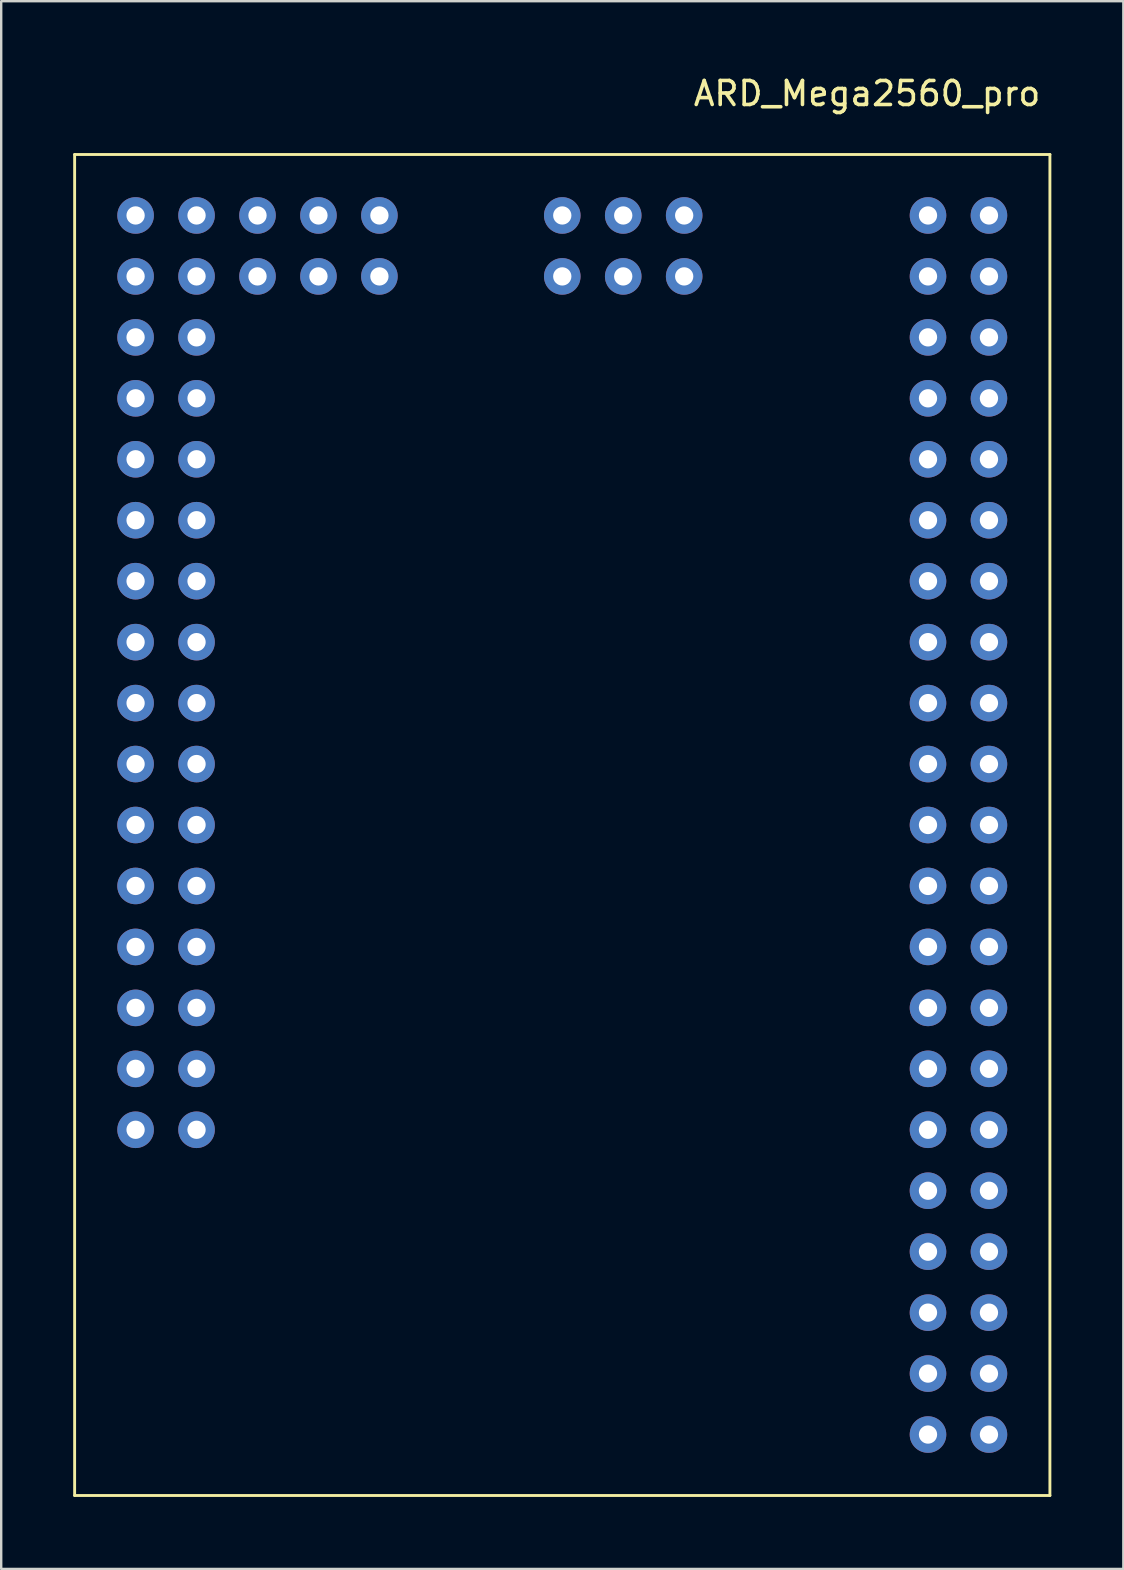
<source format=kicad_pcb>
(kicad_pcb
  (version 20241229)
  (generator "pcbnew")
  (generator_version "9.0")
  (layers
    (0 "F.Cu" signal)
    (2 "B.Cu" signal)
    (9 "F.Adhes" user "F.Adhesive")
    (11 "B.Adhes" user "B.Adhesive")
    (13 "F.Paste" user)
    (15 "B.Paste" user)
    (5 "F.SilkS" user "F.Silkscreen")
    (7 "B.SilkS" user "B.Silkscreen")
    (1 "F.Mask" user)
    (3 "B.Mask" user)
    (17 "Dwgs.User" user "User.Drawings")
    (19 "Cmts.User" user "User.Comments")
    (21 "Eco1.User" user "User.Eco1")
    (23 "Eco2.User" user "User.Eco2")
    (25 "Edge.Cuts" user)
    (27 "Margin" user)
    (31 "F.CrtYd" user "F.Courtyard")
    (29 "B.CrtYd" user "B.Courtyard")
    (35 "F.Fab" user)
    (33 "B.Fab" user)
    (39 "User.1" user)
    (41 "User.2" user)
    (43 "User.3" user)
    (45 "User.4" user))
  (footprint "ARD_Mega2560_pro"
    (layer "F.Cu")
    (at 20.38 31.328)
    (property "Reference" "ARD_Mega2560_pro" (at 12.7 -30.48 0) (layer "F.SilkS") (effects (font (size 1 1) (thickness 0.15))))
    (attr through_hole)
    (fp_line (start -20.32 -27.94) (end 20.32 -27.94) (stroke (width 0.12) (type solid)) (layer "F.SilkS"))
    (fp_line (start -20.32 27.94) (end -20.32 -27.94) (stroke (width 0.12) (type solid)) (layer "F.SilkS"))
    (fp_line (start 20.32 -27.94) (end 20.32 27.94) (stroke (width 0.12) (type solid)) (layer "F.SilkS"))
    (fp_line (start 20.32 27.94) (end -20.32 27.94) (stroke (width 0.12) (type solid)) (layer "F.SilkS"))
    (pad "1" thru_hole circle (at 15.24 25.4) (size 1.524 1.524) (drill 0.762) (layers "*.Cu" "*.Mask"))
    (pad "2" thru_hole circle (at 17.78 25.4) (size 1.524 1.524) (drill 0.762) (layers "*.Cu" "*.Mask"))
    (pad "3" thru_hole circle (at 15.24 22.86) (size 1.524 1.524) (drill 0.762) (layers "*.Cu" "*.Mask"))
    (pad "4" thru_hole circle (at 17.78 22.86) (size 1.524 1.524) (drill 0.762) (layers "*.Cu" "*.Mask"))
    (pad "5" thru_hole circle (at 15.24 20.32) (size 1.524 1.524) (drill 0.762) (layers "*.Cu" "*.Mask"))
    (pad "6" thru_hole circle (at 17.78 20.32) (size 1.524 1.524) (drill 0.762) (layers "*.Cu" "*.Mask"))
    (pad "7" thru_hole circle (at 15.24 17.78) (size 1.524 1.524) (drill 0.762) (layers "*.Cu" "*.Mask"))
    (pad "8" thru_hole circle (at 17.78 17.78) (size 1.524 1.524) (drill 0.762) (layers "*.Cu" "*.Mask"))
    (pad "9" thru_hole circle (at 15.24 15.24) (size 1.524 1.524) (drill 0.762) (layers "*.Cu" "*.Mask"))
    (pad "10" thru_hole circle (at 17.78 15.24) (size 1.524 1.524) (drill 0.762) (layers "*.Cu" "*.Mask"))
    (pad "11" thru_hole circle (at 15.24 12.7) (size 1.524 1.524) (drill 0.762) (layers "*.Cu" "*.Mask"))
    (pad "12" thru_hole circle (at 17.78 12.7) (size 1.524 1.524) (drill 0.762) (layers "*.Cu" "*.Mask"))
    (pad "13" thru_hole circle (at 15.24 10.16) (size 1.524 1.524) (drill 0.762) (layers "*.Cu" "*.Mask"))
    (pad "14" thru_hole circle (at 17.78 10.16) (size 1.524 1.524) (drill 0.762) (layers "*.Cu" "*.Mask"))
    (pad "15" thru_hole circle (at 15.24 7.62) (size 1.524 1.524) (drill 0.762) (layers "*.Cu" "*.Mask"))
    (pad "16" thru_hole circle (at 17.78 7.62) (size 1.524 1.524) (drill 0.762) (layers "*.Cu" "*.Mask"))
    (pad "17" thru_hole circle (at 15.24 5.08) (size 1.524 1.524) (drill 0.762) (layers "*.Cu" "*.Mask"))
    (pad "18" thru_hole circle (at 17.78 5.08) (size 1.524 1.524) (drill 0.762) (layers "*.Cu" "*.Mask"))
    (pad "19" thru_hole circle (at 15.24 2.54) (size 1.524 1.524) (drill 0.762) (layers "*.Cu" "*.Mask"))
    (pad "20" thru_hole circle (at 17.78 2.54) (size 1.524 1.524) (drill 0.762) (layers "*.Cu" "*.Mask"))
    (pad "21" thru_hole circle (at 15.24 0) (size 1.524 1.524) (drill 0.762) (layers "*.Cu" "*.Mask"))
    (pad "22" thru_hole circle (at 17.78 0) (size 1.524 1.524) (drill 0.762) (layers "*.Cu" "*.Mask"))
    (pad "23" thru_hole circle (at 15.24 -2.54) (size 1.524 1.524) (drill 0.762) (layers "*.Cu" "*.Mask"))
    (pad "24" thru_hole circle (at 17.78 -2.54) (size 1.524 1.524) (drill 0.762) (layers "*.Cu" "*.Mask"))
    (pad "25" thru_hole circle (at 15.24 -5.08) (size 1.524 1.524) (drill 0.762) (layers "*.Cu" "*.Mask"))
    (pad "26" thru_hole circle (at 17.78 -5.08) (size 1.524 1.524) (drill 0.762) (layers "*.Cu" "*.Mask"))
    (pad "27" thru_hole circle (at 15.24 -7.62) (size 1.524 1.524) (drill 0.762) (layers "*.Cu" "*.Mask"))
    (pad "28" thru_hole circle (at 17.78 -7.62) (size 1.524 1.524) (drill 0.762) (layers "*.Cu" "*.Mask"))
    (pad "29" thru_hole circle (at 15.24 -10.16) (size 1.524 1.524) (drill 0.762) (layers "*.Cu" "*.Mask"))
    (pad "30" thru_hole circle (at 17.78 -10.16) (size 1.524 1.524) (drill 0.762) (layers "*.Cu" "*.Mask"))
    (pad "31" thru_hole circle (at 15.24 -12.7) (size 1.524 1.524) (drill 0.762) (layers "*.Cu" "*.Mask"))
    (pad "32" thru_hole circle (at 17.78 -12.7) (size 1.524 1.524) (drill 0.762) (layers "*.Cu" "*.Mask"))
    (pad "33" thru_hole circle (at 15.24 -15.24) (size 1.524 1.524) (drill 0.762) (layers "*.Cu" "*.Mask"))
    (pad "34" thru_hole circle (at 17.78 -15.24) (size 1.524 1.524) (drill 0.762) (layers "*.Cu" "*.Mask"))
    (pad "35" thru_hole circle (at 15.24 -17.78) (size 1.524 1.524) (drill 0.762) (layers "*.Cu" "*.Mask"))
    (pad "36" thru_hole circle (at 17.78 -17.78) (size 1.524 1.524) (drill 0.762) (layers "*.Cu" "*.Mask"))
    (pad "37" thru_hole circle (at 15.24 -20.32) (size 1.524 1.524) (drill 0.762) (layers "*.Cu" "*.Mask"))
    (pad "38" thru_hole circle (at 17.78 -20.32) (size 1.524 1.524) (drill 0.762) (layers "*.Cu" "*.Mask"))
    (pad "39" thru_hole circle (at 15.24 -22.86) (size 1.524 1.524) (drill 0.762) (layers "*.Cu" "*.Mask"))
    (pad "40" thru_hole circle (at 17.78 -22.86) (size 1.524 1.524) (drill 0.762) (layers "*.Cu" "*.Mask"))
    (pad "41" thru_hole circle (at 15.24 -25.4) (size 1.524 1.524) (drill 0.762) (layers "*.Cu" "*.Mask"))
    (pad "42" thru_hole circle (at 17.78 -25.4) (size 1.524 1.524) (drill 0.762) (layers "*.Cu" "*.Mask"))
    (pad "43" thru_hole circle (at -17.78 12.7) (size 1.524 1.524) (drill 0.762) (layers "*.Cu" "*.Mask"))
    (pad "44" thru_hole circle (at -15.24 12.7) (size 1.524 1.524) (drill 0.762) (layers "*.Cu" "*.Mask"))
    (pad "45" thru_hole circle (at -17.78 10.16) (size 1.524 1.524) (drill 0.762) (layers "*.Cu" "*.Mask"))
    (pad "46" thru_hole circle (at -15.24 10.16) (size 1.524 1.524) (drill 0.762) (layers "*.Cu" "*.Mask"))
    (pad "47" thru_hole circle (at -17.78 7.62) (size 1.524 1.524) (drill 0.762) (layers "*.Cu" "*.Mask"))
    (pad "48" thru_hole circle (at -15.24 7.62) (size 1.524 1.524) (drill 0.762) (layers "*.Cu" "*.Mask"))
    (pad "49" thru_hole circle (at -17.78 5.08) (size 1.524 1.524) (drill 0.762) (layers "*.Cu" "*.Mask"))
    (pad "50" thru_hole circle (at -15.24 5.08) (size 1.524 1.524) (drill 0.762) (layers "*.Cu" "*.Mask"))
    (pad "51" thru_hole circle (at -17.78 2.54) (size 1.524 1.524) (drill 0.762) (layers "*.Cu" "*.Mask"))
    (pad "52" thru_hole circle (at -15.24 2.54) (size 1.524 1.524) (drill 0.762) (layers "*.Cu" "*.Mask"))
    (pad "53" thru_hole circle (at -17.78 0) (size 1.524 1.524) (drill 0.762) (layers "*.Cu" "*.Mask"))
    (pad "54" thru_hole circle (at -15.24 0) (size 1.524 1.524) (drill 0.762) (layers "*.Cu" "*.Mask"))
    (pad "55" thru_hole circle (at -17.78 -2.54) (size 1.524 1.524) (drill 0.762) (layers "*.Cu" "*.Mask"))
    (pad "56" thru_hole circle (at -15.24 -2.54) (size 1.524 1.524) (drill 0.762) (layers "*.Cu" "*.Mask"))
    (pad "57" thru_hole circle (at -17.78 -5.08) (size 1.524 1.524) (drill 0.762) (layers "*.Cu" "*.Mask"))
    (pad "58" thru_hole circle (at -15.24 -5.08) (size 1.524 1.524) (drill 0.762) (layers "*.Cu" "*.Mask"))
    (pad "59" thru_hole circle (at -17.78 -7.62) (size 1.524 1.524) (drill 0.762) (layers "*.Cu" "*.Mask"))
    (pad "60" thru_hole circle (at -15.24 -7.62) (size 1.524 1.524) (drill 0.762) (layers "*.Cu" "*.Mask"))
    (pad "61" thru_hole circle (at -17.78 -10.16) (size 1.524 1.524) (drill 0.762) (layers "*.Cu" "*.Mask"))
    (pad "62" thru_hole circle (at -15.24 -10.16) (size 1.524 1.524) (drill 0.762) (layers "*.Cu" "*.Mask"))
    (pad "63" thru_hole circle (at -17.78 -12.7) (size 1.524 1.524) (drill 0.762) (layers "*.Cu" "*.Mask"))
    (pad "64" thru_hole circle (at -15.24 -12.7) (size 1.524 1.524) (drill 0.762) (layers "*.Cu" "*.Mask"))
    (pad "65" thru_hole circle (at -17.78 -15.24) (size 1.524 1.524) (drill 0.762) (layers "*.Cu" "*.Mask"))
    (pad "66" thru_hole circle (at -15.24 -15.24) (size 1.524 1.524) (drill 0.762) (layers "*.Cu" "*.Mask"))
    (pad "67" thru_hole circle (at -17.78 -17.78) (size 1.524 1.524) (drill 0.762) (layers "*.Cu" "*.Mask"))
    (pad "68" thru_hole circle (at -15.24 -17.78) (size 1.524 1.524) (drill 0.762) (layers "*.Cu" "*.Mask"))
    (pad "69" thru_hole circle (at -17.78 -20.32) (size 1.524 1.524) (drill 0.762) (layers "*.Cu" "*.Mask"))
    (pad "70" thru_hole circle (at -15.24 -20.32) (size 1.524 1.524) (drill 0.762) (layers "*.Cu" "*.Mask"))
    (pad "71" thru_hole circle (at -17.78 -22.86) (size 1.524 1.524) (drill 0.762) (layers "*.Cu" "*.Mask"))
    (pad "72" thru_hole circle (at -15.24 -22.86) (size 1.524 1.524) (drill 0.762) (layers "*.Cu" "*.Mask"))
    (pad "73" thru_hole circle (at -17.78 -25.4) (size 1.524 1.524) (drill 0.762) (layers "*.Cu" "*.Mask"))
    (pad "74" thru_hole circle (at -15.24 -25.4) (size 1.524 1.524) (drill 0.762) (layers "*.Cu" "*.Mask"))
    (pad "75" thru_hole circle (at -12.7 -25.4) (size 1.524 1.524) (drill 0.762) (layers "*.Cu" "*.Mask"))
    (pad "76" thru_hole circle (at -12.7 -22.86) (size 1.524 1.524) (drill 0.762) (layers "*.Cu" "*.Mask"))
    (pad "77" thru_hole circle (at -10.16 -25.4) (size 1.524 1.524) (drill 0.762) (layers "*.Cu" "*.Mask"))
    (pad "78" thru_hole circle (at -10.16 -22.86) (size 1.524 1.524) (drill 0.762) (layers "*.Cu" "*.Mask"))
    (pad "79" thru_hole circle (at -7.62 -25.4) (size 1.524 1.524) (drill 0.762) (layers "*.Cu" "*.Mask"))
    (pad "80" thru_hole circle (at -7.62 -22.86) (size 1.524 1.524) (drill 0.762) (layers "*.Cu" "*.Mask"))
    (pad "81" thru_hole circle (at 0 -25.4) (size 1.524 1.524) (drill 0.762) (layers "*.Cu" "*.Mask"))
    (pad "82" thru_hole circle (at 0 -22.86) (size 1.524 1.524) (drill 0.762) (layers "*.Cu" "*.Mask"))
    (pad "83" thru_hole circle (at 2.54 -25.4) (size 1.524 1.524) (drill 0.762) (layers "*.Cu" "*.Mask"))
    (pad "84" thru_hole circle (at 2.54 -22.86) (size 1.524 1.524) (drill 0.762) (layers "*.Cu" "*.Mask"))
    (pad "85" thru_hole circle (at 5.08 -25.4) (size 1.524 1.524) (drill 0.762) (layers "*.Cu" "*.Mask"))
    (pad "86" thru_hole circle (at 5.08 -22.86) (size 1.524 1.524) (drill 0.762) (layers "*.Cu" "*.Mask")))
  (gr_rect
    (start -3 -3)
    (end 43.76 62.328)
    (stroke (width 0.1) (type default))
    (fill no)
    (layer "Edge.Cuts")))
</source>
